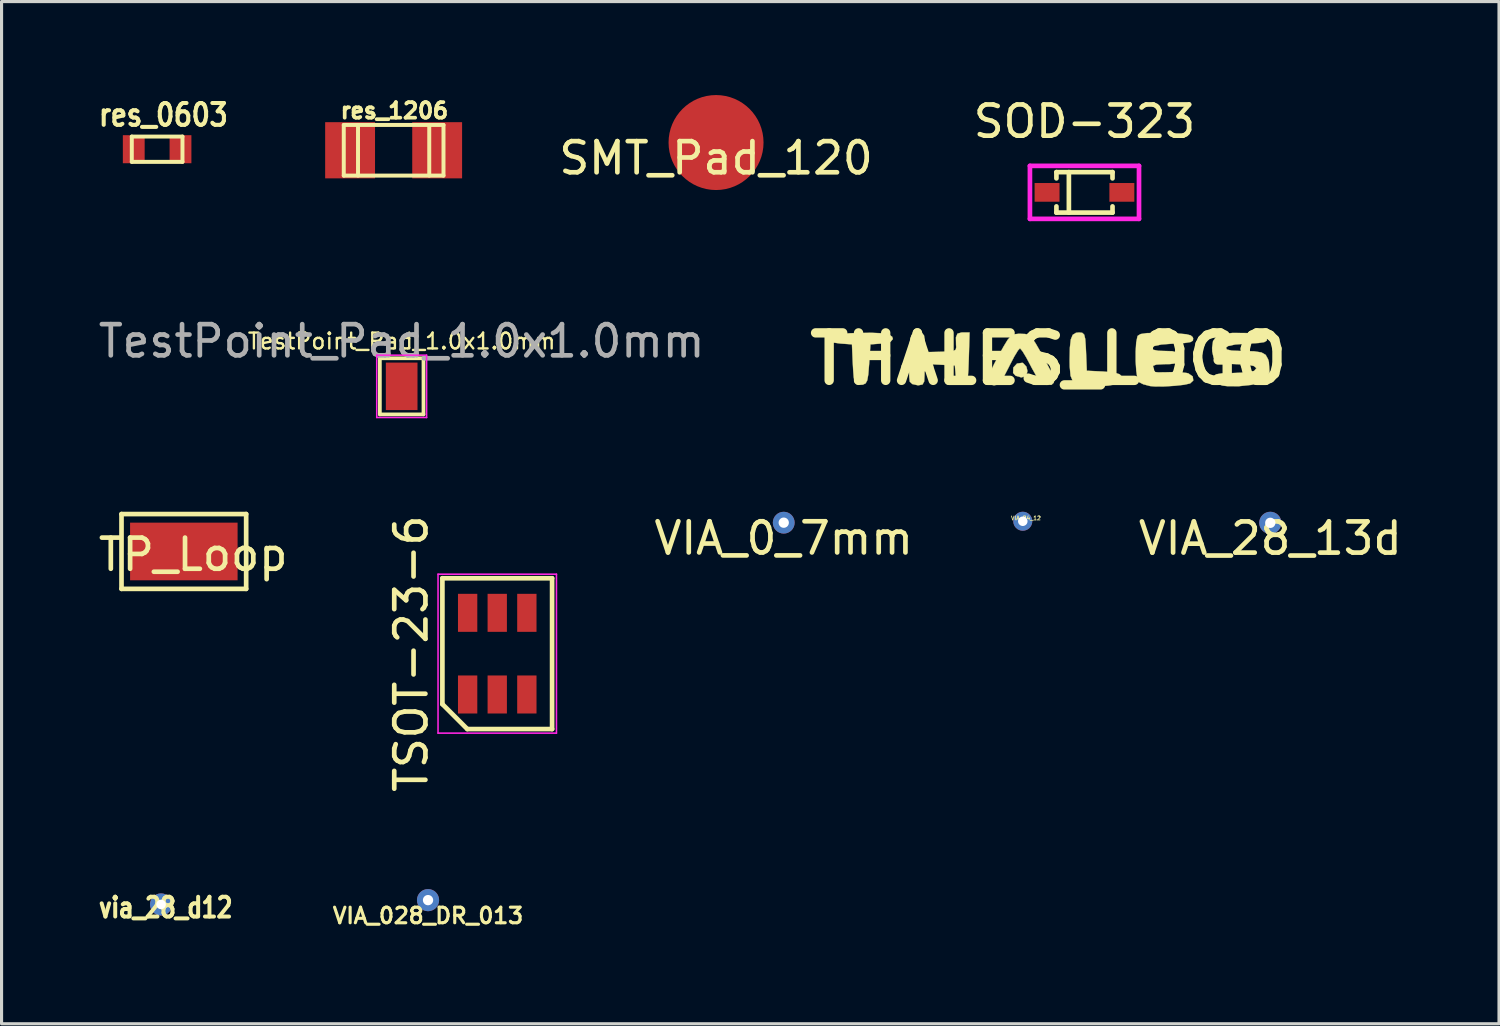
<source format=kicad_pcb>
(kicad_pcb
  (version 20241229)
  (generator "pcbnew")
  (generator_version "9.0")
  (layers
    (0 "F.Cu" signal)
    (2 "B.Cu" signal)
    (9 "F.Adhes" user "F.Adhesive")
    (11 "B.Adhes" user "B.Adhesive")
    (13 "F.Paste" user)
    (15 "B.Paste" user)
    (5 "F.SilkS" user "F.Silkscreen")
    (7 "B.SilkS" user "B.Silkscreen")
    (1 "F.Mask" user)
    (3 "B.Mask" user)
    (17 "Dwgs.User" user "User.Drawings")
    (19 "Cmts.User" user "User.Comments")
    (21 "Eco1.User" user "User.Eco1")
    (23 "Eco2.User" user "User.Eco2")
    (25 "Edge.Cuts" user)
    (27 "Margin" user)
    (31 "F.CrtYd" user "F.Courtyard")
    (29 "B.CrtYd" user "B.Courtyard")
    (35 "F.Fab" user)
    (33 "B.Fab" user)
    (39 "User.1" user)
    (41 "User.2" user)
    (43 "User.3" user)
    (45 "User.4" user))
  (footprint "THALES_LOGO"
    (layer "F.Cu")
    (at 30.596 8.466)
    (property "Reference" "THALES_LOGO" (at 0 0 0) (layer "F.SilkS") (effects (font (size 1.524 1.524) (thickness 0.3))))
    (attr through_hole)
    (fp_poly (pts (xy -0.819 0.133) (xy -0.709 0.251) (xy -0.677 0.39) (xy -0.717 0.547) (xy -0.865 0.593) (xy -0.88 0.593) (xy -1.058 0.54) (xy -1.137 0.451) (xy -1.13 0.278) (xy -1.012 0.15) (xy -0.842 0.126) (xy -0.819 0.133)) (stroke (width 0.01) (type solid)) (fill yes) (layer "F.SilkS"))
    (fp_poly (pts (xy 1.082 -0.836) (xy 1.144 -0.778) (xy 1.178 -0.638) (xy 1.196 -0.38) (xy 1.203 -0.233) (xy 1.228 0.381) (xy 1.761 0.406) (xy 2.093 0.437) (xy 2.282 0.494) (xy 2.344 0.56) (xy 2.348 0.711) (xy 2.318 0.759) (xy 2.183 0.812) (xy 1.936 0.855) (xy 1.636 0.882) (xy 1.341 0.887) (xy 1.143 0.871) (xy 0.919 0.818) (xy 0.781 0.72) (xy 0.707 0.543) (xy 0.68 0.25) (xy 0.677 0.039) (xy 0.685 -0.363) (xy 0.715 -0.624) (xy 0.776 -0.772) (xy 0.879 -0.836) (xy 0.979 -0.847) (xy 1.082 -0.836)) (stroke (width 0.01) (type solid)) (fill yes) (layer "F.SilkS"))
    (fp_poly (pts (xy -5.342 -0.822) (xy -5.125 -0.781) (xy -5.017 -0.711) (xy -4.995 -0.638) (xy -5.073 -0.546) (xy -5.31 -0.495) (xy -5.355 -0.492) (xy -5.715 -0.466) (xy -5.757 0.169) (xy -5.783 0.495) (xy -5.817 0.689) (xy -5.87 0.786) (xy -5.956 0.826) (xy -5.991 0.831) (xy -6.155 0.81) (xy -6.221 0.747) (xy -6.246 0.608) (xy -6.269 0.357) (xy -6.284 0.085) (xy -6.308 -0.466) (xy -6.673 -0.492) (xy -6.905 -0.523) (xy -7.004 -0.582) (xy -7.01 -0.661) (xy -6.972 -0.73) (xy -6.869 -0.776) (xy -6.67 -0.805) (xy -6.344 -0.824) (xy -6.18 -0.829) (xy -5.686 -0.837) (xy -5.342 -0.822)) (stroke (width 0.01) (type solid)) (fill yes) (layer "F.SilkS"))
    (fp_poly (pts (xy -0.751 -0.799) (xy -0.639 -0.765) (xy -0.536 -0.675) (xy -0.417 -0.503) (xy -0.255 -0.222) (xy -0.159 -0.049) (xy 0.044 0.338) (xy 0.153 0.602) (xy 0.17 0.762) (xy 0.095 0.833) (xy -0.07 0.835) (xy -0.089 0.833) (xy -0.223 0.767) (xy -0.367 0.593) (xy -0.54 0.286) (xy -0.567 0.233) (xy -0.712 -0.041) (xy -0.834 -0.243) (xy -0.911 -0.336) (xy -0.918 -0.339) (xy -0.983 -0.268) (xy -1.097 -0.08) (xy -1.237 0.187) (xy -1.27 0.254) (xy -1.432 0.568) (xy -1.557 0.751) (xy -1.67 0.834) (xy -1.747 0.847) (xy -1.918 0.816) (xy -1.985 0.769) (xy -1.968 0.666) (xy -1.882 0.451) (xy -1.743 0.16) (xy -1.629 -0.057) (xy -1.443 -0.396) (xy -1.311 -0.613) (xy -1.205 -0.735) (xy -1.101 -0.79) (xy -0.97 -0.804) (xy -0.9 -0.804) (xy -0.751 -0.799)) (stroke (width 0.01) (type solid)) (fill yes) (layer "F.SilkS"))
    (fp_poly (pts (xy -2.558 -0.021) (xy -2.572 0.359) (xy -2.591 0.602) (xy -2.623 0.74) (xy -2.677 0.805) (xy -2.761 0.83) (xy -2.767 0.831) (xy -2.891 0.824) (xy -2.952 0.728) (xy -2.979 0.534) (xy -3.006 0.212) (xy -3.493 0.186) (xy -3.979 0.161) (xy -3.979 0.504) (xy -3.99 0.724) (xy -4.044 0.822) (xy -4.168 0.846) (xy -4.194 0.847) (xy -4.372 0.807) (xy -4.451 0.734) (xy -4.468 0.601) (xy -4.476 0.347) (xy -4.473 0.019) (xy -4.47 -0.092) (xy -4.456 -0.438) (xy -4.435 -0.651) (xy -4.395 -0.764) (xy -4.325 -0.812) (xy -4.218 -0.831) (xy -4.067 -0.831) (xy -3.996 -0.754) (xy -3.965 -0.557) (xy -3.964 -0.537) (xy -3.937 -0.217) (xy -3.535 -0.226) (xy -3.228 -0.235) (xy -3.054 -0.254) (xy -2.978 -0.295) (xy -2.962 -0.374) (xy -2.967 -0.445) (xy -2.972 -0.689) (xy -2.923 -0.809) (xy -2.796 -0.846) (xy -2.749 -0.847) (xy -2.534 -0.847) (xy -2.558 -0.021)) (stroke (width 0.01) (type solid)) (fill yes) (layer "F.SilkS"))
    (fp_poly (pts (xy 6.342 -0.829) (xy 6.679 -0.809) (xy 6.881 -0.777) (xy 6.981 -0.723) (xy 7.011 -0.66) (xy 7.003 -0.586) (xy 6.925 -0.539) (xy 6.744 -0.51) (xy 6.429 -0.492) (xy 6.383 -0.49) (xy 5.993 -0.462) (xy 5.761 -0.412) (xy 5.694 -0.36) (xy 5.724 -0.3) (xy 5.878 -0.266) (xy 6.176 -0.253) (xy 6.237 -0.253) (xy 6.601 -0.243) (xy 6.832 -0.207) (xy 6.967 -0.129) (xy 7.043 0.007) (xy 7.071 0.101) (xy 7.089 0.408) (xy 6.987 0.644) (xy 6.83 0.755) (xy 6.51 0.834) (xy 6.115 0.876) (xy 5.736 0.875) (xy 5.588 0.858) (xy 5.376 0.792) (xy 5.296 0.681) (xy 5.292 0.635) (xy 5.308 0.546) (xy 5.381 0.494) (xy 5.547 0.467) (xy 5.841 0.456) (xy 5.897 0.455) (xy 6.21 0.442) (xy 6.459 0.417) (xy 6.594 0.387) (xy 6.597 0.386) (xy 6.67 0.297) (xy 6.588 0.229) (xy 6.363 0.184) (xy 6.023 0.169) (xy 5.654 0.154) (xy 5.423 0.095) (xy 5.299 -0.028) (xy 5.253 -0.236) (xy 5.249 -0.358) (xy 5.279 -0.572) (xy 5.383 -0.715) (xy 5.585 -0.799) (xy 5.909 -0.833) (xy 6.342 -0.829)) (stroke (width 0.01) (type solid)) (fill yes) (layer "F.SilkS"))
    (fp_poly (pts (xy 3.774 -0.829) (xy 4.165 -0.813) (xy 4.417 -0.791) (xy 4.561 -0.755) (xy 4.626 -0.699) (xy 4.64 -0.66) (xy 4.633 -0.586) (xy 4.554 -0.539) (xy 4.373 -0.51) (xy 4.058 -0.492) (xy 4.013 -0.49) (xy 3.623 -0.462) (xy 3.39 -0.412) (xy 3.323 -0.36) (xy 3.358 -0.293) (xy 3.53 -0.259) (xy 3.718 -0.254) (xy 3.972 -0.247) (xy 4.1 -0.213) (xy 4.144 -0.131) (xy 4.149 -0.042) (xy 4.135 0.083) (xy 4.065 0.146) (xy 3.895 0.167) (xy 3.725 0.169) (xy 3.459 0.183) (xy 3.329 0.23) (xy 3.302 0.296) (xy 3.314 0.373) (xy 3.372 0.416) (xy 3.514 0.432) (xy 3.776 0.429) (xy 3.914 0.425) (xy 4.194 0.428) (xy 4.425 0.451) (xy 4.486 0.465) (xy 4.627 0.564) (xy 4.645 0.694) (xy 4.543 0.788) (xy 4.348 0.831) (xy 4.051 0.864) (xy 3.72 0.884) (xy 3.42 0.886) (xy 3.26 0.872) (xy 3.041 0.815) (xy 2.9 0.744) (xy 2.85 0.621) (xy 2.815 0.381) (xy 2.796 0.076) (xy 2.796 -0.243) (xy 2.813 -0.523) (xy 2.851 -0.714) (xy 2.866 -0.744) (xy 2.955 -0.797) (xy 3.154 -0.827) (xy 3.485 -0.834) (xy 3.774 -0.829)) (stroke (width 0.01) (type solid)) (fill yes) (layer "F.SilkS")))
  (footprint "VIA_28_13d"
    (layer "F.Cu")
    (at 37.712 13.727)
    (property "Reference" "VIA_28_13d" (at 0 0.5 0) (layer "F.SilkS") (effects (font (size 1 1) (thickness 0.15))))
    (attr through_hole)
    (pad "1" thru_hole circle (at 0 0) (size 0.711 0.711) (drill 0.33) (layers "*.Cu")))
  (footprint "VIA_028_DR_013"
    (layer "F.Cu")
    (at 10.685 25.834)
    (property "Reference" "VIA_028_DR_013" (at 0 0.5 0) (layer "F.SilkS") (effects (font (size 0.5 0.5) (thickness 0.1))))
    (attr through_hole)
    (pad "1" thru_hole circle (at 0 0) (size 0.711 0.711) (drill 0.33) (layers "*.Cu")))
  (footprint "SMT_Pad_120"
    (layer "F.Cu")
    (at 19.927 1.524)
    (property "Reference" "SMT_Pad_120" (at 0 0.5 0) (layer "F.SilkS") (effects (font (size 1 1) (thickness 0.15))))
    (attr through_hole)
    (pad "1" smd circle (at 0 0) (size 3.048 3.048) (layers "F.Cu" "F.Mask" "F.Paste")))
  (footprint "TSOT-23-6"
    (layer "F.Cu")
    (at 12.906 17.925)
    (property "Reference" "TSOT-23-6" (at -2.76 0 90) (layer "F.SilkS") (effects (font (size 1 1) (thickness 0.15))))
    (attr smd)
    (fp_line (start -1.76 -2.42) (end 1.76 -2.42) (stroke (width 0.15) (type solid)) (layer "F.SilkS"))
    (fp_line (start -1.76 1.62) (end -1.76 -2.42) (stroke (width 0.15) (type solid)) (layer "F.SilkS"))
    (fp_line (start -0.96 2.42) (end -1.76 1.62) (stroke (width 0.15) (type solid)) (layer "F.SilkS"))
    (fp_line (start 1.76 -2.42) (end 1.76 2.42) (stroke (width 0.15) (type solid)) (layer "F.SilkS"))
    (fp_line (start 1.76 2.42) (end -0.96 2.42) (stroke (width 0.15) (type solid)) (layer "F.SilkS"))
    (fp_line (start -1.9 -2.55) (end 1.9 -2.55) (stroke (width 0.05) (type solid)) (layer "F.CrtYd"))
    (fp_line (start -1.9 2.55) (end -1.9 -2.55) (stroke (width 0.05) (type solid)) (layer "F.CrtYd"))
    (fp_line (start 1.9 -2.55) (end 1.9 2.55) (stroke (width 0.05) (type solid)) (layer "F.CrtYd"))
    (fp_line (start 1.9 2.55) (end -1.9 2.55) (stroke (width 0.05) (type solid)) (layer "F.CrtYd"))
    (pad "1" smd rect (at -0.95 1.31) (size 0.62 1.22) (layers "F.Cu" "F.Mask" "F.Paste"))
    (pad "2" smd rect (at 0 1.31) (size 0.62 1.22) (layers "F.Cu" "F.Mask" "F.Paste"))
    (pad "3" smd rect (at 0.95 1.31) (size 0.62 1.22) (layers "F.Cu" "F.Mask" "F.Paste"))
    (pad "4" smd rect (at 0.95 -1.31) (size 0.62 1.22) (layers "F.Cu" "F.Mask" "F.Paste"))
    (pad "5" smd rect (at 0 -1.31) (size 0.62 1.22) (layers "F.Cu" "F.Mask" "F.Paste"))
    (pad "6" smd rect (at -0.95 -1.31) (size 0.62 1.22) (layers "F.Cu" "F.Mask" "F.Paste")))
  (footprint "TP_Loop"
    (layer "F.Cu")
    (at 2.849 14.646)
    (property "Reference" "TP_Loop" (at 0.3 0.1 0) (layer "F.SilkS") (effects (font (size 1 1) (thickness 0.15))))
    (attr through_hole)
    (fp_line (start -2 -1.2) (end 2 -1.2) (stroke (width 0.15) (type solid)) (layer "F.SilkS"))
    (fp_line (start -2 1.2) (end -2 -1.2) (stroke (width 0.15) (type solid)) (layer "F.SilkS"))
    (fp_line (start 2 -1.2) (end 2 1.2) (stroke (width 0.15) (type solid)) (layer "F.SilkS"))
    (fp_line (start 2 1.2) (end -2 1.2) (stroke (width 0.15) (type solid)) (layer "F.SilkS"))
    (pad "1" smd rect (at 0 0) (size 3.45 1.85) (layers "F.Cu" "F.Mask" "F.Paste")))
  (footprint "via_28_d12"
    (layer "F.Cu")
    (at 2.118 25.973)
    (property "Reference" "via_28_d12" (at 0.15 0.1 0) (layer "F.SilkS") (effects (font (size 0.635 0.508) (thickness 0.127))))
    (attr through_hole)
    (pad "1" thru_hole circle (at 0 0) (size 0.711 0.711) (drill 0.305) (layers "*.Cu")))
  (footprint "res_0603"
    (layer "F.Cu")
    (at 1.992 1.738)
    (property "Reference" "res_0603" (at 0.2 -1.1 0) (layer "F.SilkS") (effects (font (size 0.7 0.6) (thickness 0.13))))
    (attr through_hole)
    (fp_line (start -0.813 -0.406) (end 0.813 -0.406) (stroke (width 0.127) (type solid)) (layer "F.SilkS"))
    (fp_line (start -0.813 0.406) (end -0.813 -0.406) (stroke (width 0.127) (type solid)) (layer "F.SilkS"))
    (fp_line (start 0.813 -0.406) (end 0.813 0.406) (stroke (width 0.127) (type solid)) (layer "F.SilkS"))
    (fp_line (start 0.813 0.406) (end -0.813 0.406) (stroke (width 0.127) (type solid)) (layer "F.SilkS"))
    (pad "1" smd rect (at 0.75 0) (size 0.7 0.9) (layers "F.Cu" "F.Mask" "F.Paste"))
    (pad "2" smd rect (at -0.75 0) (size 0.7 0.9) (layers "F.Cu" "F.Mask" "F.Paste")))
  (footprint "VIA_0_7mm"
    (layer "F.Cu")
    (at 22.099 13.722)
    (property "Reference" "VIA_0_7mm" (at 0 0.5 0) (layer "F.SilkS") (effects (font (size 1 1) (thickness 0.15))))
    (attr through_hole)
    (pad "1" thru_hole circle (at 0 0) (size 0.7 0.7) (drill 0.33) (layers "*.Cu")))
  (footprint "SOD-323"
    (layer "F.Cu")
    (at 31.749 3.123)
    (property "Reference" "SOD-323" (at 0 -2.275 0) (layer "F.SilkS") (effects (font (size 1 1) (thickness 0.15))))
    (attr through_hole)
    (fp_line (start -0.9 -0.65) (end -0.9 -0.45) (stroke (width 0.15) (type solid)) (layer "F.SilkS"))
    (fp_line (start -0.9 -0.65) (end 0.9 -0.65) (stroke (width 0.15) (type solid)) (layer "F.SilkS"))
    (fp_line (start -0.9 0.45) (end -0.9 0.65) (stroke (width 0.15) (type solid)) (layer "F.SilkS"))
    (fp_line (start -0.9 0.65) (end 0.9 0.65) (stroke (width 0.15) (type solid)) (layer "F.SilkS"))
    (fp_line (start -0.5 -0.65) (end -0.5 0.65) (stroke (width 0.15) (type solid)) (layer "F.SilkS"))
    (fp_line (start 0.9 -0.65) (end 0.9 -0.45) (stroke (width 0.15) (type solid)) (layer "F.SilkS"))
    (fp_line (start 0.9 0.45) (end 0.9 0.65) (stroke (width 0.15) (type solid)) (layer "F.SilkS"))
    (fp_line (start -1.75 -0.85) (end -1.75 0.85) (stroke (width 0.15) (type solid)) (layer "F.CrtYd"))
    (fp_line (start -1.75 0.85) (end 1.75 0.85) (stroke (width 0.15) (type solid)) (layer "F.CrtYd"))
    (fp_line (start 1.75 -0.85) (end -1.75 -0.85) (stroke (width 0.15) (type solid)) (layer "F.CrtYd"))
    (fp_line (start 1.75 0.85) (end 1.75 -0.85) (stroke (width 0.15) (type solid)) (layer "F.CrtYd"))
    (pad "1" smd rect (at -1.2 0) (size 0.8 0.6) (layers "F.Cu" "F.Mask" "F.Paste"))
    (pad "2" smd rect (at 1.2 0) (size 0.8 0.6) (layers "F.Cu" "F.Mask" "F.Paste")))
  (footprint "res_1206"
    (layer "F.Cu")
    (at 9.581 1.772)
    (property "Reference" "res_1206" (at 0.025 -1.27 0) (layer "F.SilkS") (effects (font (size 0.5 0.5) (thickness 0.119))))
    (attr through_hole)
    (fp_line (start -1.6 -0.813) (end -1.6 0.813) (stroke (width 0.127) (type solid)) (layer "F.SilkS"))
    (fp_line (start -1.6 0.813) (end 1.6 0.813) (stroke (width 0.127) (type solid)) (layer "F.SilkS"))
    (fp_line (start -1.143 -0.813) (end -1.143 0.813) (stroke (width 0.127) (type solid)) (layer "F.SilkS"))
    (fp_line (start 1.143 0.813) (end 1.143 -0.813) (stroke (width 0.127) (type solid)) (layer "F.SilkS"))
    (fp_line (start 1.6 -0.813) (end -1.6 -0.813) (stroke (width 0.127) (type solid)) (layer "F.SilkS"))
    (fp_line (start 1.6 0.813) (end 1.6 -0.813) (stroke (width 0.127) (type solid)) (layer "F.SilkS"))
    (pad "1" smd rect (at 1.397 0) (size 1.6 1.803) (layers "F.Cu" "F.Mask" "F.Paste"))
    (pad "2" smd rect (at -1.397 0) (size 1.6 1.803) (layers "F.Cu" "F.Mask" "F.Paste")))
  (footprint "TestPoint_Pad_1.0x1.0mm"
    (layer "F.Cu")
    (at 9.839 9.347)
    (property "Reference" "TestPoint_Pad_1.0x1.0mm" (at 0 -1.448 0) (layer "F.SilkS") (effects (font (size 0.508 0.508) (thickness 0.076))))
    (attr exclude_from_pos_files exclude_from_bom)
    (fp_line (start -0.7 -0.9) (end 0.7 -0.9) (stroke (width 0.12) (type solid)) (layer "F.SilkS"))
    (fp_line (start -0.7 0.9) (end -0.7 -0.9) (stroke (width 0.12) (type solid)) (layer "F.SilkS"))
    (fp_line (start 0.7 -0.9) (end 0.7 0.9) (stroke (width 0.12) (type solid)) (layer "F.SilkS"))
    (fp_line (start 0.7 0.9) (end -0.7 0.9) (stroke (width 0.12) (type solid)) (layer "F.SilkS"))
    (fp_line (start -0.8 -1) (end -0.8 1) (stroke (width 0.05) (type solid)) (layer "F.CrtYd"))
    (fp_line (start -0.8 -1) (end 0.8 -1) (stroke (width 0.05) (type solid)) (layer "F.CrtYd"))
    (fp_line (start 0.8 1) (end -0.8 1) (stroke (width 0.05) (type solid)) (layer "F.CrtYd"))
    (fp_line (start 0.8 1) (end 0.8 -1) (stroke (width 0.05) (type solid)) (layer "F.CrtYd"))
    (fp_text user "${REFERENCE}" (at 0 -1.45 0) (layer "F.Fab") (effects (font (size 1 1) (thickness 0.15))))
    (pad "1" smd rect (at 0 0) (size 1.016 1.524) (layers "F.Cu" "F.Mask")))
  (footprint "VIA_24_12"
    (layer "F.Cu")
    (at 29.77 13.676)
    (property "Reference" "VIA_24_12" (at 0.1 -0.1 0) (layer "F.SilkS") (effects (font (size 0.127 0.127) (thickness 0.025))))
    (attr through_hole)
    (pad "1" thru_hole circle (at 0 0) (size 0.61 0.61) (drill 0.305) (layers "*.Cu")))
  (gr_rect
    (start -3 -3)
    (end 45.051 29.802)
    (stroke (width 0.1) (type default))
    (fill no)
    (layer "Edge.Cuts")))
</source>
